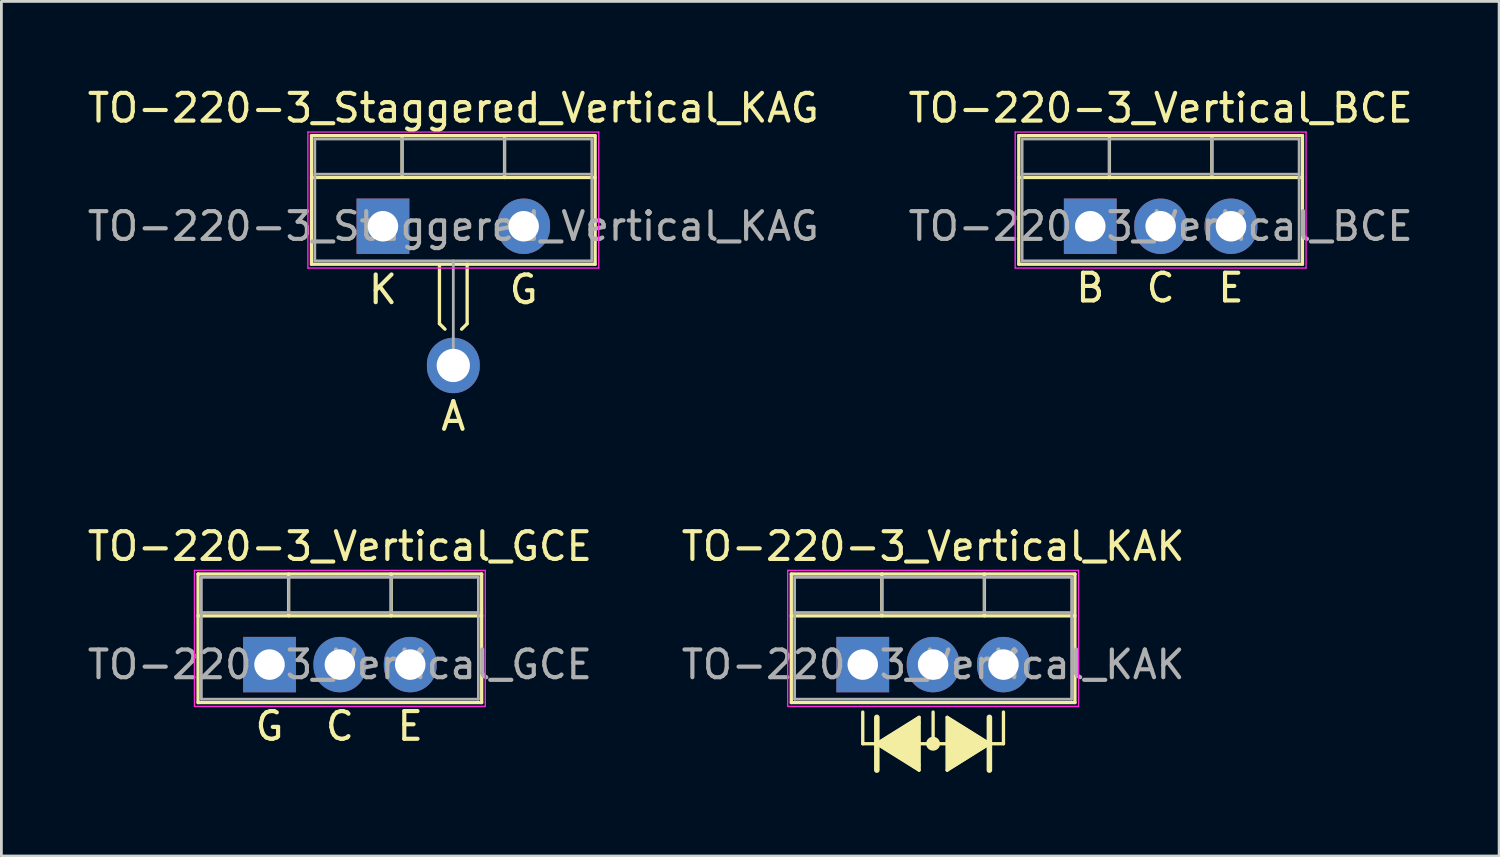
<source format=kicad_pcb>
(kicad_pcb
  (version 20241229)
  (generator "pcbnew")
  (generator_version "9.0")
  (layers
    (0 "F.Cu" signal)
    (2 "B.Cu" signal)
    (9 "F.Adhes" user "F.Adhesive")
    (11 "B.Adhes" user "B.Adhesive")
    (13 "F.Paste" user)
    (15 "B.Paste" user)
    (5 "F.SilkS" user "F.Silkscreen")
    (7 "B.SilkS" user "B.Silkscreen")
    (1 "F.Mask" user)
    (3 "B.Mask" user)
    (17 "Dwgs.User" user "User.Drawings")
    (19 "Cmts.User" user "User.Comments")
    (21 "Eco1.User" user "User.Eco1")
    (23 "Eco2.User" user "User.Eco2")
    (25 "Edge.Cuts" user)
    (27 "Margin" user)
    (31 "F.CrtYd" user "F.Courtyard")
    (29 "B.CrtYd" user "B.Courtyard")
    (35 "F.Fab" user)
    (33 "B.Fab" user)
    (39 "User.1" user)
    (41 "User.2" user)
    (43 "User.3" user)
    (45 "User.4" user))
  (footprint "TO-220-3_Vertical_BCE"
    (layer "F.Cu")
    (at 36.311 5.118)
    (property "Reference" "TO-220-3_Vertical_BCE" (at 2.54 -4.27 0) (layer "F.SilkS") (effects (font (size 1 1) (thickness 0.15))))
    (fp_line (start -2.58 -3.27) (end -2.58 1.371) (stroke (width 0.12) (type solid)) (layer "F.SilkS"))
    (fp_line (start -2.58 -3.27) (end 7.66 -3.27) (stroke (width 0.12) (type solid)) (layer "F.SilkS"))
    (fp_line (start -2.58 -1.76) (end 7.66 -1.76) (stroke (width 0.12) (type solid)) (layer "F.SilkS"))
    (fp_line (start -2.58 1.371) (end 7.66 1.371) (stroke (width 0.12) (type solid)) (layer "F.SilkS"))
    (fp_line (start 0.69 -3.27) (end 0.69 -1.76) (stroke (width 0.12) (type solid)) (layer "F.SilkS"))
    (fp_line (start 4.391 -3.27) (end 4.391 -1.76) (stroke (width 0.12) (type solid)) (layer "F.SilkS"))
    (fp_line (start 7.66 -3.27) (end 7.66 1.371) (stroke (width 0.12) (type solid)) (layer "F.SilkS"))
    (fp_line (start -2.71 -3.4) (end -2.71 1.51) (stroke (width 0.05) (type solid)) (layer "F.CrtYd"))
    (fp_line (start -2.71 1.51) (end 7.79 1.51) (stroke (width 0.05) (type solid)) (layer "F.CrtYd"))
    (fp_line (start 7.79 -3.4) (end -2.71 -3.4) (stroke (width 0.05) (type solid)) (layer "F.CrtYd"))
    (fp_line (start 7.79 1.51) (end 7.79 -3.4) (stroke (width 0.05) (type solid)) (layer "F.CrtYd"))
    (fp_line (start -2.46 -3.15) (end -2.46 1.25) (stroke (width 0.1) (type solid)) (layer "F.Fab"))
    (fp_line (start -2.46 -1.88) (end 7.54 -1.88) (stroke (width 0.1) (type solid)) (layer "F.Fab"))
    (fp_line (start -2.46 1.25) (end 7.54 1.25) (stroke (width 0.1) (type solid)) (layer "F.Fab"))
    (fp_line (start 0.69 -3.15) (end 0.69 -1.88) (stroke (width 0.1) (type solid)) (layer "F.Fab"))
    (fp_line (start 4.39 -3.15) (end 4.39 -1.88) (stroke (width 0.1) (type solid)) (layer "F.Fab"))
    (fp_line (start 7.54 -3.15) (end -2.46 -3.15) (stroke (width 0.1) (type solid)) (layer "F.Fab"))
    (fp_line (start 7.54 1.25) (end 7.54 -3.15) (stroke (width 0.1) (type solid)) (layer "F.Fab"))
    (fp_text user "B" (at 0 2.223 0) (unlocked yes) (layer "F.SilkS") (effects (font (size 1 1) (thickness 0.15))))
    (fp_text user "E" (at 5.08 2.223 0) (unlocked yes) (layer "F.SilkS") (effects (font (size 1 1) (thickness 0.15))))
    (fp_text user "C" (at 2.54 2.223 0) (unlocked yes) (layer "F.SilkS") (effects (font (size 1 1) (thickness 0.15))))
    (fp_text user "${REFERENCE}" (at 2.54 0 0) (layer "F.Fab") (effects (font (size 1 1) (thickness 0.15))))
    (pad "1" thru_hole rect (at 0 0) (size 1.905 2) (drill 1.1) (layers "*.Cu" "*.Mask"))
    (pad "2" thru_hole oval (at 2.54 0) (size 1.905 2) (drill 1.1) (layers "*.Cu" "*.Mask"))
    (pad "3" thru_hole oval (at 5.08 0) (size 1.905 2) (drill 1.1) (layers "*.Cu" "*.Mask")))
  (footprint "TO-220-3_Vertical_GCE"
    (layer "F.Cu")
    (at 6.68 20.943)
    (property "Reference" "TO-220-3_Vertical_GCE" (at 2.54 -4.27 0) (layer "F.SilkS") (effects (font (size 1 1) (thickness 0.15))))
    (fp_line (start -2.58 -3.27) (end -2.58 1.371) (stroke (width 0.12) (type solid)) (layer "F.SilkS"))
    (fp_line (start -2.58 -3.27) (end 7.66 -3.27) (stroke (width 0.12) (type solid)) (layer "F.SilkS"))
    (fp_line (start -2.58 -1.76) (end 7.66 -1.76) (stroke (width 0.12) (type solid)) (layer "F.SilkS"))
    (fp_line (start -2.58 1.371) (end 7.66 1.371) (stroke (width 0.12) (type solid)) (layer "F.SilkS"))
    (fp_line (start 0.69 -3.27) (end 0.69 -1.76) (stroke (width 0.12) (type solid)) (layer "F.SilkS"))
    (fp_line (start 4.391 -3.27) (end 4.391 -1.76) (stroke (width 0.12) (type solid)) (layer "F.SilkS"))
    (fp_line (start 7.66 -3.27) (end 7.66 1.371) (stroke (width 0.12) (type solid)) (layer "F.SilkS"))
    (fp_line (start -2.71 -3.4) (end -2.71 1.51) (stroke (width 0.05) (type solid)) (layer "F.CrtYd"))
    (fp_line (start -2.71 1.51) (end 7.79 1.51) (stroke (width 0.05) (type solid)) (layer "F.CrtYd"))
    (fp_line (start 7.79 -3.4) (end -2.71 -3.4) (stroke (width 0.05) (type solid)) (layer "F.CrtYd"))
    (fp_line (start 7.79 1.51) (end 7.79 -3.4) (stroke (width 0.05) (type solid)) (layer "F.CrtYd"))
    (fp_line (start -2.46 -3.15) (end -2.46 1.25) (stroke (width 0.1) (type solid)) (layer "F.Fab"))
    (fp_line (start -2.46 -1.88) (end 7.54 -1.88) (stroke (width 0.1) (type solid)) (layer "F.Fab"))
    (fp_line (start -2.46 1.25) (end 7.54 1.25) (stroke (width 0.1) (type solid)) (layer "F.Fab"))
    (fp_line (start 0.69 -3.15) (end 0.69 -1.88) (stroke (width 0.1) (type solid)) (layer "F.Fab"))
    (fp_line (start 4.39 -3.15) (end 4.39 -1.88) (stroke (width 0.1) (type solid)) (layer "F.Fab"))
    (fp_line (start 7.54 -3.15) (end -2.46 -3.15) (stroke (width 0.1) (type solid)) (layer "F.Fab"))
    (fp_line (start 7.54 1.25) (end 7.54 -3.15) (stroke (width 0.1) (type solid)) (layer "F.Fab"))
    (fp_text user "G" (at 0 2.223 0) (unlocked yes) (layer "F.SilkS") (effects (font (size 1 1) (thickness 0.15))))
    (fp_text user "E" (at 5.08 2.223 0) (unlocked yes) (layer "F.SilkS") (effects (font (size 1 1) (thickness 0.15))))
    (fp_text user "C" (at 2.54 2.223 0) (unlocked yes) (layer "F.SilkS") (effects (font (size 1 1) (thickness 0.15))))
    (fp_text user "${REFERENCE}" (at 2.54 0 0) (layer "F.Fab") (effects (font (size 1 1) (thickness 0.15))))
    (pad "1" thru_hole rect (at 0 0) (size 1.905 2) (drill 1.1) (layers "*.Cu" "*.Mask"))
    (pad "2" thru_hole oval (at 2.54 0) (size 1.905 2) (drill 1.1) (layers "*.Cu" "*.Mask"))
    (pad "3" thru_hole oval (at 5.08 0) (size 1.905 2) (drill 1.1) (layers "*.Cu" "*.Mask")))
  (footprint "TO-220-3_Vertical_KAK"
    (layer "F.Cu")
    (at 28.097 20.943)
    (property "Reference" "TO-220-3_Vertical_KAK" (at 2.54 -4.27 0) (layer "F.SilkS") (effects (font (size 1 1) (thickness 0.15))))
    (attr through_hole)
    (fp_line (start -2.58 -3.27) (end -2.58 1.371) (stroke (width 0.12) (type solid)) (layer "F.SilkS"))
    (fp_line (start -2.58 -3.27) (end 7.66 -3.27) (stroke (width 0.12) (type solid)) (layer "F.SilkS"))
    (fp_line (start -2.58 -1.76) (end 7.66 -1.76) (stroke (width 0.12) (type solid)) (layer "F.SilkS"))
    (fp_line (start -2.58 1.371) (end 7.66 1.371) (stroke (width 0.12) (type solid)) (layer "F.SilkS"))
    (fp_line (start 0 1.714) (end 0 2.857) (stroke (width 0.12) (type solid)) (layer "F.SilkS"))
    (fp_line (start 0 2.857) (end 0.508 2.857) (stroke (width 0.12) (type solid)) (layer "F.SilkS"))
    (fp_line (start 0.508 1.905) (end 0.508 3.81) (stroke (width 0.2) (type solid)) (layer "F.SilkS"))
    (fp_line (start 0.508 2.857) (end 2.032 1.905) (stroke (width 0.12) (type solid)) (layer "F.SilkS"))
    (fp_line (start 0.508 2.857) (end 2.032 3.81) (stroke (width 0.12) (type solid)) (layer "F.SilkS"))
    (fp_line (start 0.69 -3.27) (end 0.69 -1.76) (stroke (width 0.12) (type solid)) (layer "F.SilkS"))
    (fp_line (start 2.032 2.095) (end 2.032 1.905) (stroke (width 0.12) (type solid)) (layer "F.SilkS"))
    (fp_line (start 2.032 3.619) (end 2.032 2.095) (stroke (width 0.12) (type solid)) (layer "F.SilkS"))
    (fp_line (start 2.032 3.619) (end 2.032 3.81) (stroke (width 0.12) (type solid)) (layer "F.SilkS"))
    (fp_line (start 2.54 1.714) (end 2.54 2.857) (stroke (width 0.12) (type solid)) (layer "F.SilkS"))
    (fp_line (start 2.54 2.857) (end 2.032 2.857) (stroke (width 0.12) (type solid)) (layer "F.SilkS"))
    (fp_line (start 2.54 2.857) (end 3.048 2.857) (stroke (width 0.12) (type solid)) (layer "F.SilkS"))
    (fp_line (start 3.048 1.905) (end 3.048 3.81) (stroke (width 0.12) (type solid)) (layer "F.SilkS"))
    (fp_line (start 3.048 3.81) (end 4.572 2.857) (stroke (width 0.12) (type solid)) (layer "F.SilkS"))
    (fp_line (start 4.391 -3.27) (end 4.391 -1.76) (stroke (width 0.12) (type solid)) (layer "F.SilkS"))
    (fp_line (start 4.572 2.857) (end 3.048 1.905) (stroke (width 0.12) (type solid)) (layer "F.SilkS"))
    (fp_line (start 4.572 3.81) (end 4.572 1.905) (stroke (width 0.2) (type solid)) (layer "F.SilkS"))
    (fp_line (start 5.08 1.714) (end 5.08 2.857) (stroke (width 0.12) (type solid)) (layer "F.SilkS"))
    (fp_line (start 5.08 2.857) (end 4.572 2.857) (stroke (width 0.12) (type solid)) (layer "F.SilkS"))
    (fp_line (start 7.66 -3.27) (end 7.66 1.371) (stroke (width 0.12) (type solid)) (layer "F.SilkS"))
    (fp_circle (center 2.54 2.857) (end 2.54 2.921) (stroke (width 0.12) (type solid)) (fill no) (layer "F.SilkS"))
    (fp_circle (center 2.54 2.857) (end 2.54 2.985) (stroke (width 0.12) (type solid)) (fill no) (layer "F.SilkS"))
    (fp_circle (center 2.54 2.857) (end 2.54 3.048) (stroke (width 0.12) (type solid)) (fill no) (layer "F.SilkS"))
    (fp_poly (pts (xy 0.508 2.857) (xy 2.032 1.905) (xy 2.032 3.81)) (stroke (width 0.1) (type solid)) (fill yes) (layer "F.SilkS"))
    (fp_poly (pts (xy 3.048 1.905) (xy 4.572 2.857) (xy 3.048 3.81)) (stroke (width 0.1) (type solid)) (fill yes) (layer "F.SilkS"))
    (fp_line (start -2.71 -3.4) (end -2.71 1.51) (stroke (width 0.05) (type solid)) (layer "F.CrtYd"))
    (fp_line (start -2.71 1.51) (end 7.79 1.51) (stroke (width 0.05) (type solid)) (layer "F.CrtYd"))
    (fp_line (start 7.79 -3.4) (end -2.71 -3.4) (stroke (width 0.05) (type solid)) (layer "F.CrtYd"))
    (fp_line (start 7.79 1.51) (end 7.79 -3.4) (stroke (width 0.05) (type solid)) (layer "F.CrtYd"))
    (fp_line (start -2.46 -3.15) (end -2.46 1.25) (stroke (width 0.1) (type solid)) (layer "F.Fab"))
    (fp_line (start -2.46 -1.88) (end 7.54 -1.88) (stroke (width 0.1) (type solid)) (layer "F.Fab"))
    (fp_line (start -2.46 1.25) (end 7.54 1.25) (stroke (width 0.1) (type solid)) (layer "F.Fab"))
    (fp_line (start 0.69 -3.15) (end 0.69 -1.88) (stroke (width 0.1) (type solid)) (layer "F.Fab"))
    (fp_line (start 4.39 -3.15) (end 4.39 -1.88) (stroke (width 0.1) (type solid)) (layer "F.Fab"))
    (fp_line (start 7.54 -3.15) (end -2.46 -3.15) (stroke (width 0.1) (type solid)) (layer "F.Fab"))
    (fp_line (start 7.54 1.25) (end 7.54 -3.15) (stroke (width 0.1) (type solid)) (layer "F.Fab"))
    (fp_text user "${REFERENCE}" (at 2.54 0 0) (layer "F.Fab") (effects (font (size 1 1) (thickness 0.15))))
    (pad "1" thru_hole rect (at 0 0) (size 1.905 2) (drill 1.1) (layers "*.Cu" "*.Mask"))
    (pad "2" thru_hole oval (at 2.54 0) (size 1.905 2) (drill 1.1) (layers "*.Cu" "*.Mask"))
    (pad "3" thru_hole oval (at 5.08 0) (size 1.905 2) (drill 1.1) (layers "*.Cu" "*.Mask")))
  (footprint "TO-220-3_Staggered_Vertical_KAG"
    (layer "F.Cu")
    (at 10.775 5.118)
    (property "Reference" "TO-220-3_Staggered_Vertical_KAG" (at 2.54 -4.27 0) (layer "F.SilkS") (effects (font (size 1 1) (thickness 0.15))))
    (fp_line (start -2.58 -3.27) (end -2.58 1.371) (stroke (width 0.12) (type solid)) (layer "F.SilkS"))
    (fp_line (start -2.58 -3.27) (end 7.66 -3.27) (stroke (width 0.12) (type solid)) (layer "F.SilkS"))
    (fp_line (start -2.58 -1.76) (end 7.66 -1.76) (stroke (width 0.12) (type solid)) (layer "F.SilkS"))
    (fp_line (start -2.58 1.371) (end 3.048 1.371) (stroke (width 0.12) (type solid)) (layer "F.SilkS"))
    (fp_line (start 0.69 -3.27) (end 0.69 -1.76) (stroke (width 0.12) (type solid)) (layer "F.SilkS"))
    (fp_line (start 2.04 1.417) (end 2.04 3.517) (stroke (width 0.12) (type solid)) (layer "F.SilkS"))
    (fp_line (start 2.04 3.517) (end 2.24 3.716) (stroke (width 0.12) (type solid)) (layer "F.SilkS"))
    (fp_line (start 3.04 1.417) (end 3.04 3.517) (stroke (width 0.12) (type solid)) (layer "F.SilkS"))
    (fp_line (start 3.04 3.517) (end 2.84 3.716) (stroke (width 0.12) (type solid)) (layer "F.SilkS"))
    (fp_line (start 4.391 -3.27) (end 4.391 -1.76) (stroke (width 0.12) (type solid)) (layer "F.SilkS"))
    (fp_line (start 7.66 -3.27) (end 7.66 1.371) (stroke (width 0.12) (type solid)) (layer "F.SilkS"))
    (fp_line (start 7.66 1.371) (end 3.048 1.371) (stroke (width 0.12) (type solid)) (layer "F.SilkS"))
    (fp_line (start -2.71 -3.4) (end -2.71 1.51) (stroke (width 0.05) (type solid)) (layer "F.CrtYd"))
    (fp_line (start -2.71 1.51) (end 7.79 1.51) (stroke (width 0.05) (type solid)) (layer "F.CrtYd"))
    (fp_line (start 7.79 -3.4) (end -2.71 -3.4) (stroke (width 0.05) (type solid)) (layer "F.CrtYd"))
    (fp_line (start 7.79 1.51) (end 7.79 -3.4) (stroke (width 0.05) (type solid)) (layer "F.CrtYd"))
    (fp_line (start -2.46 -3.15) (end -2.46 1.25) (stroke (width 0.1) (type solid)) (layer "F.Fab"))
    (fp_line (start -2.46 -1.88) (end 7.54 -1.88) (stroke (width 0.1) (type solid)) (layer "F.Fab"))
    (fp_line (start -2.46 1.25) (end 7.54 1.25) (stroke (width 0.1) (type solid)) (layer "F.Fab"))
    (fp_line (start 0.69 -3.15) (end 0.69 -1.88) (stroke (width 0.1) (type solid)) (layer "F.Fab"))
    (fp_line (start 2.54 5.08) (end 2.54 1.25) (stroke (width 0.1) (type solid)) (layer "F.Fab"))
    (fp_line (start 4.39 -3.15) (end 4.39 -1.88) (stroke (width 0.1) (type solid)) (layer "F.Fab"))
    (fp_line (start 7.54 -3.15) (end -2.46 -3.15) (stroke (width 0.1) (type solid)) (layer "F.Fab"))
    (fp_line (start 7.54 1.25) (end 7.54 -3.15) (stroke (width 0.1) (type solid)) (layer "F.Fab"))
    (fp_text user "G" (at 5.08 2.286 0) (unlocked yes) (layer "F.SilkS") (effects (font (size 1 1) (thickness 0.15))))
    (fp_text user "K" (at 0 2.286 0) (unlocked yes) (layer "F.SilkS") (effects (font (size 1 1) (thickness 0.15))))
    (fp_text user "A" (at 2.54 6.858 0) (unlocked yes) (layer "F.SilkS") (effects (font (size 1 1) (thickness 0.15))))
    (fp_text user "${REFERENCE}" (at 2.54 0 0) (layer "F.Fab") (effects (font (size 1 1) (thickness 0.15))))
    (pad "1" thru_hole rect (at 0 0) (size 1.905 2) (drill 1.1) (layers "*.Cu" "*.Mask"))
    (pad "2" thru_hole oval (at 2.54 5.026) (size 1.905 2) (drill 1.2) (layers "*.Cu" "*.Mask"))
    (pad "3" thru_hole oval (at 5.08 0) (size 1.905 2) (drill 1.1) (layers "*.Cu" "*.Mask")))
  (gr_rect
    (start -3 -3)
    (end 51.071 27.853)
    (stroke (width 0.1) (type default))
    (fill no)
    (layer "Edge.Cuts")))
</source>
